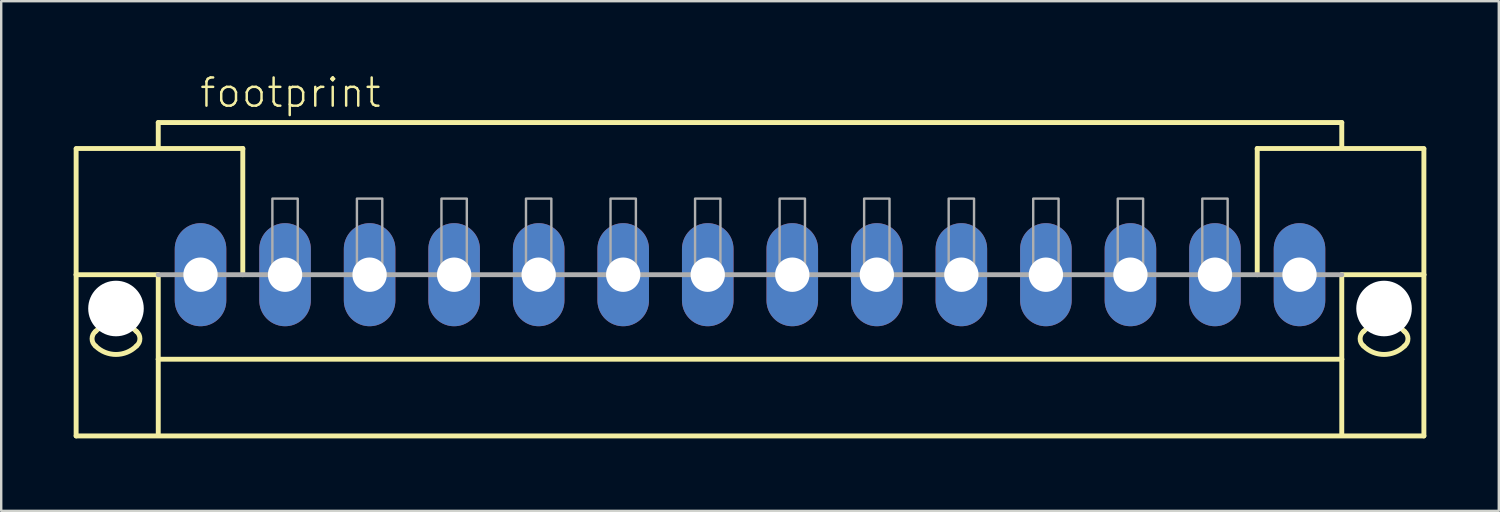
<source format=kicad_pcb>
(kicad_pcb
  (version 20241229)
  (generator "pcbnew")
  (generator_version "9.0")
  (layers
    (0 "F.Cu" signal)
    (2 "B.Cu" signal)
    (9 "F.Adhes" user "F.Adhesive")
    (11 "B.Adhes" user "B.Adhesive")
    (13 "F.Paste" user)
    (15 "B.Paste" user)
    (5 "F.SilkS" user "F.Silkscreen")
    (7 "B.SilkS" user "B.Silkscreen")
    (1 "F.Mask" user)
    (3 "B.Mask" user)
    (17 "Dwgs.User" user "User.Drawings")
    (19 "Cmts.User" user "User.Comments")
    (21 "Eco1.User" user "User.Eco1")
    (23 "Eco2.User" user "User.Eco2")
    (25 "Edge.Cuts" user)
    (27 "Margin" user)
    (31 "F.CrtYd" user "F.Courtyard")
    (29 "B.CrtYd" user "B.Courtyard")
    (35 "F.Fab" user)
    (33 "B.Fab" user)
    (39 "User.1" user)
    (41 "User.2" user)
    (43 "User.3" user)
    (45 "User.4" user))
  (footprint "footprint"
    (layer "F.Cu")
    (at 28.002 8.323)
    (property "Reference" "footprint" (at -22.85 -6.85 0) (layer "F.SilkS") (effects (font (size 1.168 1.168) (thickness 0.102)) (justify left bottom)))
    (fp_line (start -27.9 -5.225) (end -21 -5.225) (stroke (width 0.203) (type solid)) (layer "F.SilkS"))
    (fp_line (start -27.9 -5.2) (end -27.9 0) (stroke (width 0.203) (type solid)) (layer "F.SilkS"))
    (fp_line (start -27.9 0) (end -27.9 6.675) (stroke (width 0.203) (type solid)) (layer "F.SilkS"))
    (fp_line (start -27.9 0) (end -24.5 0) (stroke (width 0.203) (type solid)) (layer "F.SilkS"))
    (fp_line (start -27.9 6.675) (end 27.9 6.675) (stroke (width 0.203) (type solid)) (layer "F.SilkS"))
    (fp_line (start -24.5 -6.3) (end 24.5 -6.3) (stroke (width 0.203) (type solid)) (layer "F.SilkS"))
    (fp_line (start -24.5 -5.3) (end -24.5 -6.3) (stroke (width 0.203) (type solid)) (layer "F.SilkS"))
    (fp_line (start -24.5 0) (end -24.5 3.5) (stroke (width 0.203) (type solid)) (layer "F.SilkS"))
    (fp_line (start -24.5 3.5) (end 24.5 3.5) (stroke (width 0.203) (type solid)) (layer "F.SilkS"))
    (fp_line (start -24.5 6.65) (end -24.5 3.5) (stroke (width 0.203) (type solid)) (layer "F.SilkS"))
    (fp_line (start -21 -5.225) (end -21 -5.2) (stroke (width 0.203) (type solid)) (layer "F.SilkS"))
    (fp_line (start -21 -5.175) (end -21 0) (stroke (width 0.203) (type solid)) (layer "F.SilkS"))
    (fp_line (start 21 -5.225) (end 27.9 -5.225) (stroke (width 0.203) (type solid)) (layer "F.SilkS"))
    (fp_line (start 21 -5.2) (end 21 -5.225) (stroke (width 0.203) (type solid)) (layer "F.SilkS"))
    (fp_line (start 21 0) (end 21 -5.175) (stroke (width 0.203) (type solid)) (layer "F.SilkS"))
    (fp_line (start 24.5 -6.3) (end 24.5 -5.3) (stroke (width 0.203) (type solid)) (layer "F.SilkS"))
    (fp_line (start 24.5 3.5) (end 24.5 0) (stroke (width 0.203) (type solid)) (layer "F.SilkS"))
    (fp_line (start 24.5 6.65) (end 24.5 3.5) (stroke (width 0.203) (type solid)) (layer "F.SilkS"))
    (fp_line (start 27.9 0) (end 24.5 0) (stroke (width 0.203) (type solid)) (layer "F.SilkS"))
    (fp_line (start 27.9 0) (end 27.9 -5.2) (stroke (width 0.203) (type solid)) (layer "F.SilkS"))
    (fp_line (start 27.9 6.675) (end 27.9 0) (stroke (width 0.203) (type solid)) (layer "F.SilkS"))
    (fp_arc (start -27.1 2.35) (mid -26.25 1.997918) (end -25.4 2.35) (stroke (width 0.2032) (type solid)) (layer "F.SilkS"))
    (fp_arc (start -27.1 2.95) (mid -27.240512 2.65) (end -27.1 2.35) (stroke (width 0.2032) (type solid)) (layer "F.SilkS"))
    (fp_arc (start -25.4 2.95) (mid -26.25 3.302082) (end -27.1 2.95) (stroke (width 0.2032) (type solid)) (layer "F.SilkS"))
    (fp_arc (start -25.399999 2.350001) (mid -25.259487 2.650001) (end -25.4 2.95) (stroke (width 0.2032) (type solid)) (layer "F.SilkS"))
    (fp_arc (start 25.399999 2.949999) (mid 25.259487 2.649999) (end 25.4 2.35) (stroke (width 0.2032) (type solid)) (layer "F.SilkS"))
    (fp_arc (start 25.4 2.35) (mid 26.25 1.997918) (end 27.1 2.35) (stroke (width 0.2032) (type solid)) (layer "F.SilkS"))
    (fp_arc (start 27.1 2.35) (mid 27.240512 2.65) (end 27.1 2.95) (stroke (width 0.2032) (type solid)) (layer "F.SilkS"))
    (fp_arc (start 27.1 2.95) (mid 26.25 3.302082) (end 25.4 2.95) (stroke (width 0.2032) (type solid)) (layer "F.SilkS"))
    (fp_line (start 24.5 0) (end -24.5 0) (stroke (width 0.203) (type solid)) (layer "F.Fab"))
    (fp_poly (pts (xy -19.775 0) (xy -18.725 0) (xy -18.725 -3.15) (xy -19.775 -3.15)) (stroke (width 0.1) (type solid)) (fill no) (layer "F.Fab"))
    (fp_poly (pts (xy -16.275 0) (xy -15.225 0) (xy -15.225 -3.15) (xy -16.275 -3.15)) (stroke (width 0.1) (type solid)) (fill no) (layer "F.Fab"))
    (fp_poly (pts (xy -12.775 0) (xy -11.725 0) (xy -11.725 -3.15) (xy -12.775 -3.15)) (stroke (width 0.1) (type solid)) (fill no) (layer "F.Fab"))
    (fp_poly (pts (xy -9.275 0) (xy -8.225 0) (xy -8.225 -3.15) (xy -9.275 -3.15)) (stroke (width 0.1) (type solid)) (fill no) (layer "F.Fab"))
    (fp_poly (pts (xy -5.775 0) (xy -4.725 0) (xy -4.725 -3.15) (xy -5.775 -3.15)) (stroke (width 0.1) (type solid)) (fill no) (layer "F.Fab"))
    (fp_poly (pts (xy -2.275 0) (xy -1.225 0) (xy -1.225 -3.15) (xy -2.275 -3.15)) (stroke (width 0.1) (type solid)) (fill no) (layer "F.Fab"))
    (fp_poly (pts (xy 1.225 0) (xy 2.275 0) (xy 2.275 -3.15) (xy 1.225 -3.15)) (stroke (width 0.1) (type solid)) (fill no) (layer "F.Fab"))
    (fp_poly (pts (xy 4.725 0) (xy 5.775 0) (xy 5.775 -3.15) (xy 4.725 -3.15)) (stroke (width 0.1) (type solid)) (fill no) (layer "F.Fab"))
    (fp_poly (pts (xy 8.225 0) (xy 9.275 0) (xy 9.275 -3.15) (xy 8.225 -3.15)) (stroke (width 0.1) (type solid)) (fill no) (layer "F.Fab"))
    (fp_poly (pts (xy 11.725 0) (xy 12.775 0) (xy 12.775 -3.15) (xy 11.725 -3.15)) (stroke (width 0.1) (type solid)) (fill no) (layer "F.Fab"))
    (fp_poly (pts (xy 15.225 0) (xy 16.275 0) (xy 16.275 -3.15) (xy 15.225 -3.15)) (stroke (width 0.1) (type solid)) (fill no) (layer "F.Fab"))
    (fp_poly (pts (xy 18.725 0) (xy 19.775 0) (xy 19.775 -3.15) (xy 18.725 -3.15)) (stroke (width 0.1) (type solid)) (fill no) (layer "F.Fab"))
    (pad "" np_thru_hole circle (at -26.25 1.4) (size 2.3 2.3) (drill 2.3) (layers "*.Cu" "*.Mask"))
    (pad "" np_thru_hole circle (at 26.25 1.4) (size 2.3 2.3) (drill 2.3) (layers "*.Cu" "*.Mask"))
    (pad "1" thru_hole oval (at -22.75 0 90) (size 4.267 2.134) (drill 1.422) (layers "*.Cu" "*.Mask"))
    (pad "2" thru_hole oval (at -19.25 0 90) (size 4.267 2.134) (drill 1.422) (layers "*.Cu" "*.Mask"))
    (pad "3" thru_hole oval (at -15.75 0 90) (size 4.267 2.134) (drill 1.422) (layers "*.Cu" "*.Mask"))
    (pad "4" thru_hole oval (at -12.25 0 90) (size 4.267 2.134) (drill 1.422) (layers "*.Cu" "*.Mask"))
    (pad "5" thru_hole oval (at -8.75 0 90) (size 4.267 2.134) (drill 1.422) (layers "*.Cu" "*.Mask"))
    (pad "6" thru_hole oval (at -5.25 0 90) (size 4.267 2.134) (drill 1.422) (layers "*.Cu" "*.Mask"))
    (pad "7" thru_hole oval (at -1.75 0 90) (size 4.267 2.134) (drill 1.422) (layers "*.Cu" "*.Mask"))
    (pad "8" thru_hole oval (at 1.75 0 90) (size 4.267 2.134) (drill 1.422) (layers "*.Cu" "*.Mask"))
    (pad "9" thru_hole oval (at 5.25 0 90) (size 4.267 2.134) (drill 1.422) (layers "*.Cu" "*.Mask"))
    (pad "10" thru_hole oval (at 8.75 0 90) (size 4.267 2.134) (drill 1.422) (layers "*.Cu" "*.Mask"))
    (pad "11" thru_hole oval (at 12.25 0 90) (size 4.267 2.134) (drill 1.422) (layers "*.Cu" "*.Mask"))
    (pad "12" thru_hole oval (at 15.75 0 90) (size 4.267 2.134) (drill 1.422) (layers "*.Cu" "*.Mask"))
    (pad "13" thru_hole oval (at 19.25 0 90) (size 4.267 2.134) (drill 1.422) (layers "*.Cu" "*.Mask"))
    (pad "14" thru_hole oval (at 22.75 0 90) (size 4.267 2.134) (drill 1.422) (layers "*.Cu" "*.Mask")))
  (gr_rect
    (start -3 -3)
    (end 59.003 18.1)
    (stroke (width 0.1) (type default))
    (fill no)
    (layer "Edge.Cuts")))
</source>
